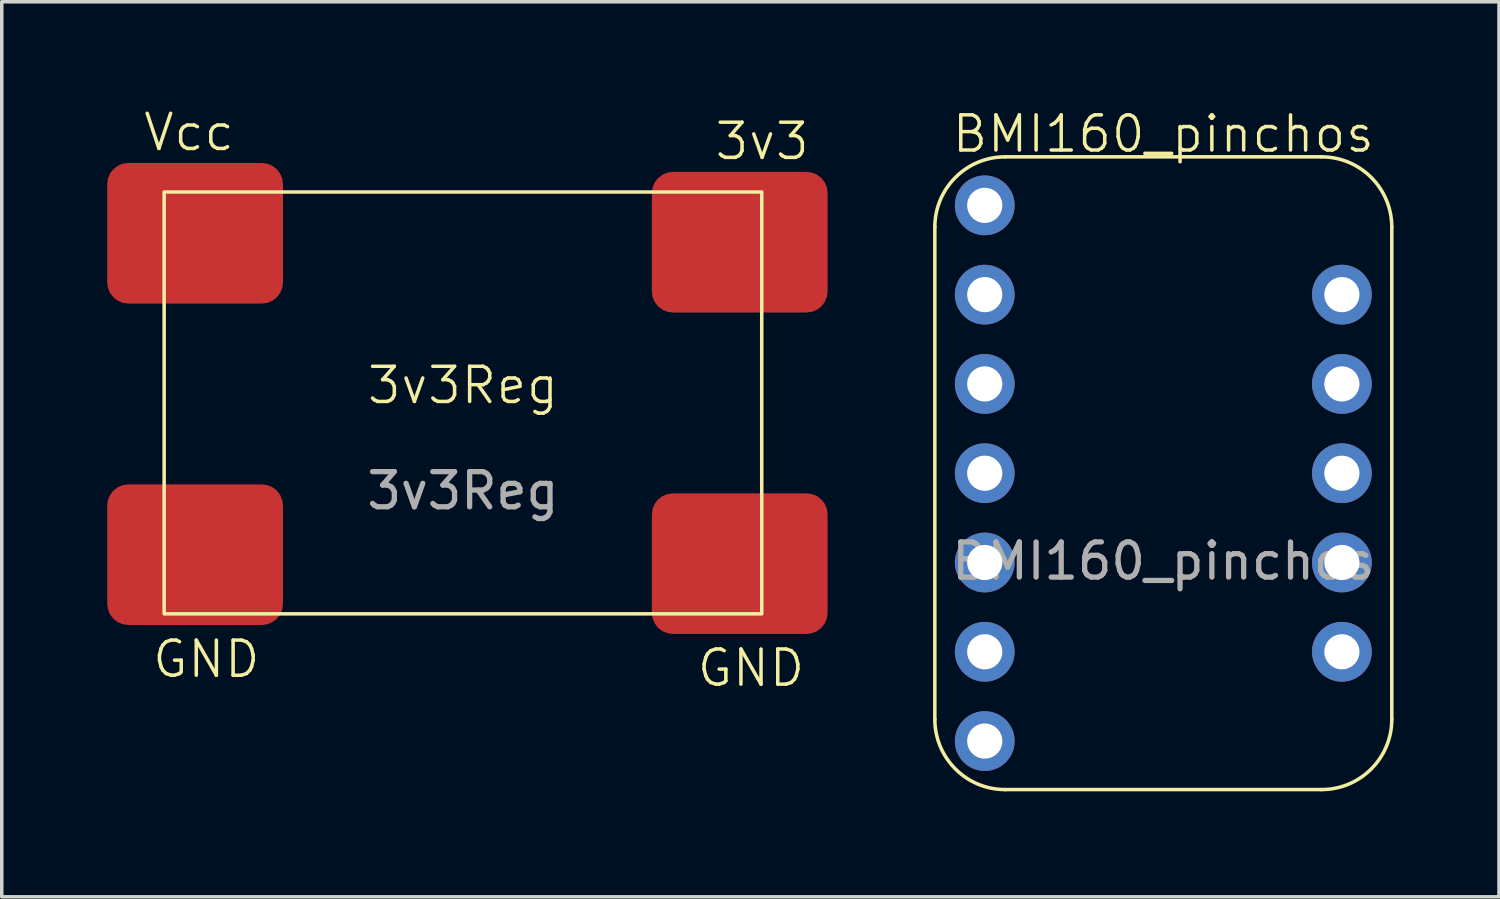
<source format=kicad_pcb>
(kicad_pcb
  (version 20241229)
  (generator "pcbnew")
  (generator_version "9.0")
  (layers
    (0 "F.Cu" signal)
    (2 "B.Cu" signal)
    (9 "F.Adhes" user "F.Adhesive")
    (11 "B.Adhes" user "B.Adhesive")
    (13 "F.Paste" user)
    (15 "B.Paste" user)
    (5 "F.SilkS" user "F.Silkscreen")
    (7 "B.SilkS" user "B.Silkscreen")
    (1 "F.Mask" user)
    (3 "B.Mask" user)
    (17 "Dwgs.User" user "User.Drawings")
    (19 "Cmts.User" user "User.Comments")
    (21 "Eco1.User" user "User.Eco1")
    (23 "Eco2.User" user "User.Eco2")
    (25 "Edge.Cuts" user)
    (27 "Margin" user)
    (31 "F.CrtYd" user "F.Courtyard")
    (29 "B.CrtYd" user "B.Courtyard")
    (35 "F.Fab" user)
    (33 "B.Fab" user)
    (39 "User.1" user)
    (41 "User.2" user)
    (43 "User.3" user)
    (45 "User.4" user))
  (footprint "3v3Reg"
    (layer "F.Cu")
    (at 10.12 8.412)
    (property "Reference" "3v3Reg" (at 0 -0.5 0) (unlocked yes) (layer "F.SilkS") (effects (font (size 1 1) (thickness 0.1))))
    (attr smd)
    (fp_rect (start -8.5 -6) (end 8.5 6) (stroke (width 0.1) (type solid)) (fill no) (layer "F.SilkS"))
    (fp_text user "GND" (at -8.89 7.874 0) (unlocked yes) (layer "F.SilkS") (effects (font (size 1 1) (thickness 0.1)) (justify left bottom)))
    (fp_text user "3v3" (at 7.112 -6.858 0) (unlocked yes) (layer "F.SilkS") (effects (font (size 1 1) (thickness 0.1)) (justify left bottom)))
    (fp_text user "Vcc" (at -9.144 -7.112 0) (unlocked yes) (layer "F.SilkS") (effects (font (size 1 1) (thickness 0.1)) (justify left bottom)))
    (fp_text user "GND" (at 6.604 8.128 0) (unlocked yes) (layer "F.SilkS") (effects (font (size 1 1) (thickness 0.1)) (justify left bottom)))
    (fp_text user "${REFERENCE}" (at 0 2.5 0) (unlocked yes) (layer "F.Fab") (effects (font (size 1 1) (thickness 0.15))))
    (pad "1" smd roundrect (at -7.62 -4.826) (size 5 4) (layers "F.Cu" "F.Mask" "F.Paste") (roundrect_rratio 0.15))
    (pad "2" smd roundrect (at -7.62 4.318) (size 5 4) (layers "F.Cu" "F.Mask" "F.Paste") (roundrect_rratio 0.15))
    (pad "3" smd roundrect (at 7.874 -4.572) (size 5 4) (layers "F.Cu" "F.Mask" "F.Paste") (roundrect_rratio 0.15))
    (pad "4" smd roundrect (at 7.874 4.572) (size 5 4) (layers "F.Cu" "F.Mask" "F.Paste") (roundrect_rratio 0.15)))
  (footprint "BMI160_pinchos"
    (layer "F.Cu")
    (at 30.044 10.412)
    (property "Reference" "BMI160_pinchos" (at 0 -9.652 0) (unlocked yes) (layer "F.SilkS") (effects (font (size 1 1) (thickness 0.1))))
    (attr smd)
    (fp_line (start -6.5 7) (end -6.5 -7) (stroke (width 0.1) (type default)) (layer "F.SilkS"))
    (fp_line (start -4.5 -9) (end 4.5 -9) (stroke (width 0.1) (type default)) (layer "F.SilkS"))
    (fp_line (start 4.5 9) (end -4.5 9) (stroke (width 0.1) (type default)) (layer "F.SilkS"))
    (fp_line (start 6.5 -7) (end 6.5 7) (stroke (width 0.1) (type default)) (layer "F.SilkS"))
    (fp_arc (start -6.5 -7) (mid -5.914214 -8.414214) (end -4.5 -9) (stroke (width 0.1) (type default)) (layer "F.SilkS"))
    (fp_arc (start -4.5 9) (mid -5.914214 8.414214) (end -6.5 7) (stroke (width 0.1) (type default)) (layer "F.SilkS"))
    (fp_arc (start 4.5 -9) (mid 5.914214 -8.414214) (end 6.5 -7) (stroke (width 0.1) (type default)) (layer "F.SilkS"))
    (fp_arc (start 6.5 7) (mid 5.914214 8.414214) (end 4.5 9) (stroke (width 0.1) (type default)) (layer "F.SilkS"))
    (fp_text user "${REFERENCE}" (at 0 2.5 0) (unlocked yes) (layer "F.Fab") (effects (font (size 1 1) (thickness 0.15))))
    (pad "1" thru_hole circle (at -5.08 -7.62) (size 1.7 1.7) (drill 1) (layers "*.Cu" "*.Mask"))
    (pad "2" thru_hole circle (at -5.08 -5.08) (size 1.7 1.7) (drill 1) (layers "*.Cu" "*.Mask"))
    (pad "3" thru_hole circle (at -5.08 -2.54) (size 1.7 1.7) (drill 1) (layers "*.Cu" "*.Mask"))
    (pad "4" thru_hole circle (at -5.08 0) (size 1.7 1.7) (drill 1) (layers "*.Cu" "*.Mask"))
    (pad "5" thru_hole circle (at -5.08 2.54) (size 1.7 1.7) (drill 1) (layers "*.Cu" "*.Mask"))
    (pad "6" thru_hole circle (at -5.08 5.08) (size 1.7 1.7) (drill 1) (layers "*.Cu" "*.Mask"))
    (pad "7" thru_hole circle (at -5.08 7.62) (size 1.7 1.7) (drill 1) (layers "*.Cu" "*.Mask"))
    (pad "8" thru_hole circle (at 5.08 -5.08) (size 1.7 1.7) (drill 1) (layers "*.Cu" "*.Mask"))
    (pad "9" thru_hole circle (at 5.08 -2.54) (size 1.7 1.7) (drill 1) (layers "*.Cu" "*.Mask"))
    (pad "10" thru_hole circle (at 5.08 0) (size 1.7 1.7) (drill 1) (layers "*.Cu" "*.Mask"))
    (pad "11" thru_hole circle (at 5.08 2.54) (size 1.7 1.7) (drill 1) (layers "*.Cu" "*.Mask"))
    (pad "12" thru_hole circle (at 5.08 5.08) (size 1.7 1.7) (drill 1) (layers "*.Cu" "*.Mask")))
  (gr_rect
    (start -3 -3)
    (end 39.594 22.462)
    (stroke (width 0.1) (type default))
    (fill no)
    (layer "Edge.Cuts")))
</source>
